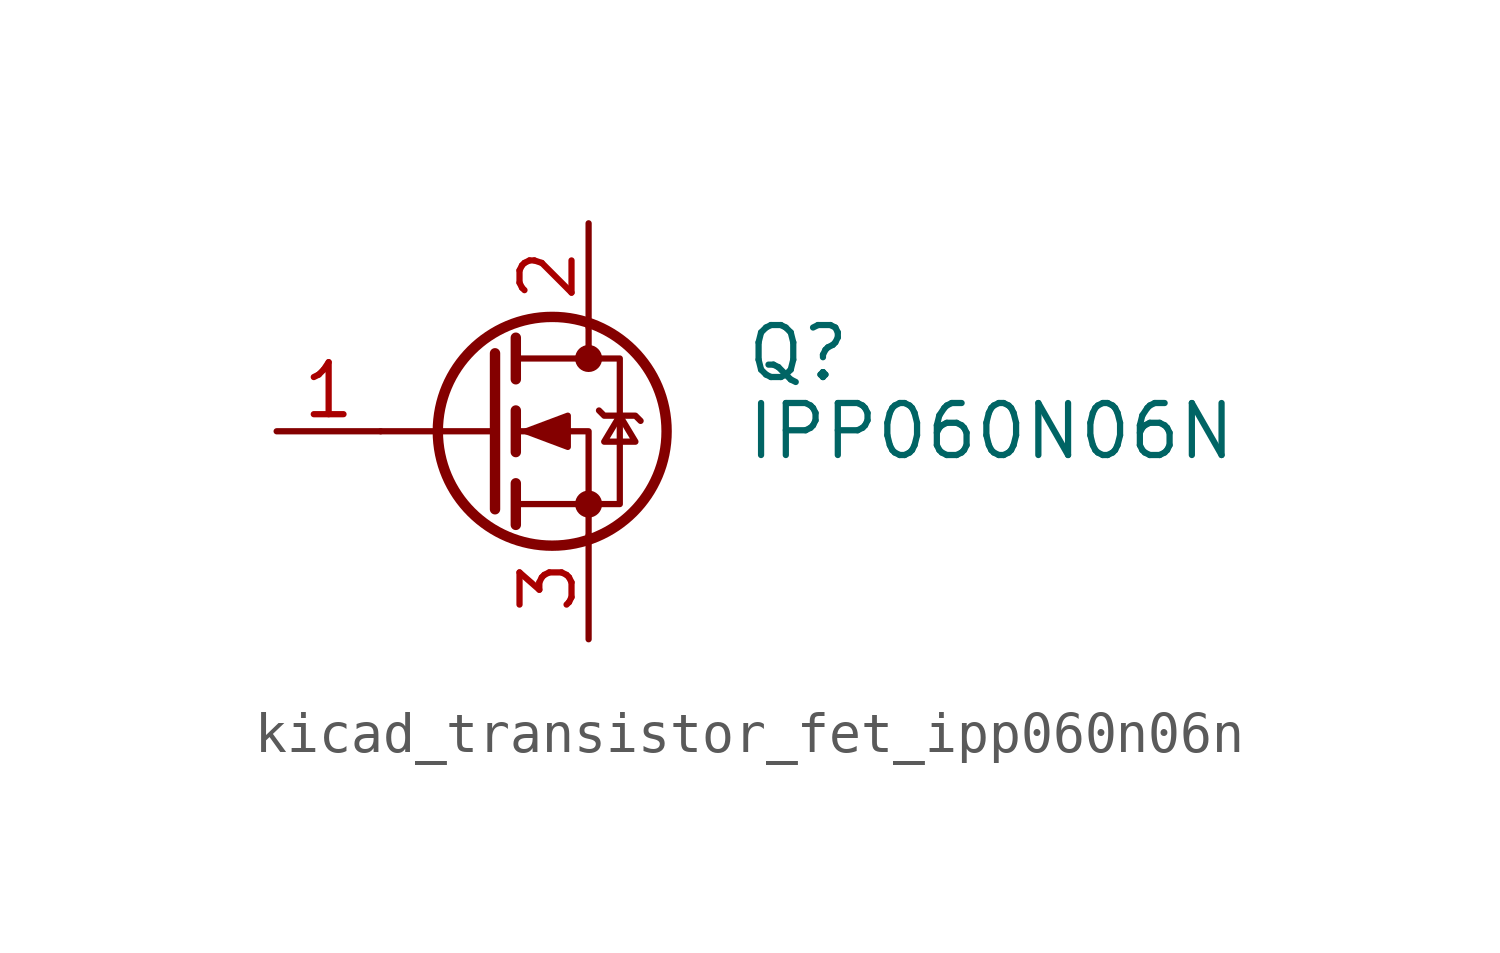
<source format=kicad_sym>
(kicad_symbol_lib
  (version 20220914)
  (generator kicad_symbol_editor)
  (symbol "kicad_transistor_fet_ipp060n06n"
    (pin_names hide)
    (property "Reference" "Q"
      (at 6.35 1.905 0)
      (effects (font (size 1.27 1.27)) (justify left)))
    (property "Value" "IPP060N06N"
      (at 6.35 0 0)
      (effects (font (size 1.27 1.27)) (justify left)))
    (symbol "kicad_transistor_fet_ipp060n06n_0_1"
      (polyline (pts (xy 0.254 0) (xy -2.54 0)) (stroke (width 0) (type default)) (fill (type none)))
      (polyline (pts (xy 0.254 1.905) (xy 0.254 -1.905)) (stroke (width 0.254) (type default)) (fill (type none)))
      (polyline (pts (xy 0.762 -1.27) (xy 0.762 -2.286)) (stroke (width 0.254) (type default)) (fill (type none)))
      (polyline (pts (xy 0.762 0.508) (xy 0.762 -0.508)) (stroke (width 0.254) (type default)) (fill (type none)))
      (polyline (pts (xy 0.762 2.286) (xy 0.762 1.27)) (stroke (width 0.254) (type default)) (fill (type none)))
      (polyline (pts (xy 2.54 2.54) (xy 2.54 1.778)) (stroke (width 0) (type default)) (fill (type none)))
      (polyline (pts (xy 2.54 -2.54) (xy 2.54 0) (xy 0.762 0)) (stroke (width 0) (type default)) (fill (type none)))
      (polyline (pts (xy 0.762 -1.778) (xy 3.302 -1.778) (xy 3.302 1.778) (xy 0.762 1.778)) (stroke (width 0) (type default)) (fill (type none)))
      (polyline (pts (xy 1.016 0) (xy 2.032 0.381) (xy 2.032 -0.381) (xy 1.016 0)) (stroke (width 0) (type default)) (fill (type outline)))
      (polyline (pts (xy 2.794 0.508) (xy 2.921 0.381) (xy 3.683 0.381) (xy 3.81 0.254)) (stroke (width 0) (type default)) (fill (type none)))
      (polyline (pts (xy 3.302 0.381) (xy 2.921 -0.254) (xy 3.683 -0.254) (xy 3.302 0.381)) (stroke (width 0) (type default)) (fill (type none)))
      (circle (center 1.651 0) (radius 2.794) (stroke (width 0.254) (type default)) (fill (type none)))
      (circle (center 2.54 -1.778) (radius 0.254) (stroke (width 0) (type default)) (fill (type outline)))
      (circle (center 2.54 1.778) (radius 0.254) (stroke (width 0) (type default)) (fill (type outline))))
    (symbol "kicad_transistor_fet_ipp060n06n_1_1"
      (pin input line (at -5.08 0 0) (length 2.54) (name "G" (effects (font (size 1.27 1.27)))) (number "1" (effects (font (size 1.27 1.27)))))
      (pin passive line (at 2.54 5.08 270) (length 2.54) (name "D" (effects (font (size 1.27 1.27)))) (number "2" (effects (font (size 1.27 1.27)))))
      (pin passive line (at 2.54 -5.08 90) (length 2.54) (name "S" (effects (font (size 1.27 1.27)))) (number "3" (effects (font (size 1.27 1.27))))))))
</source>
